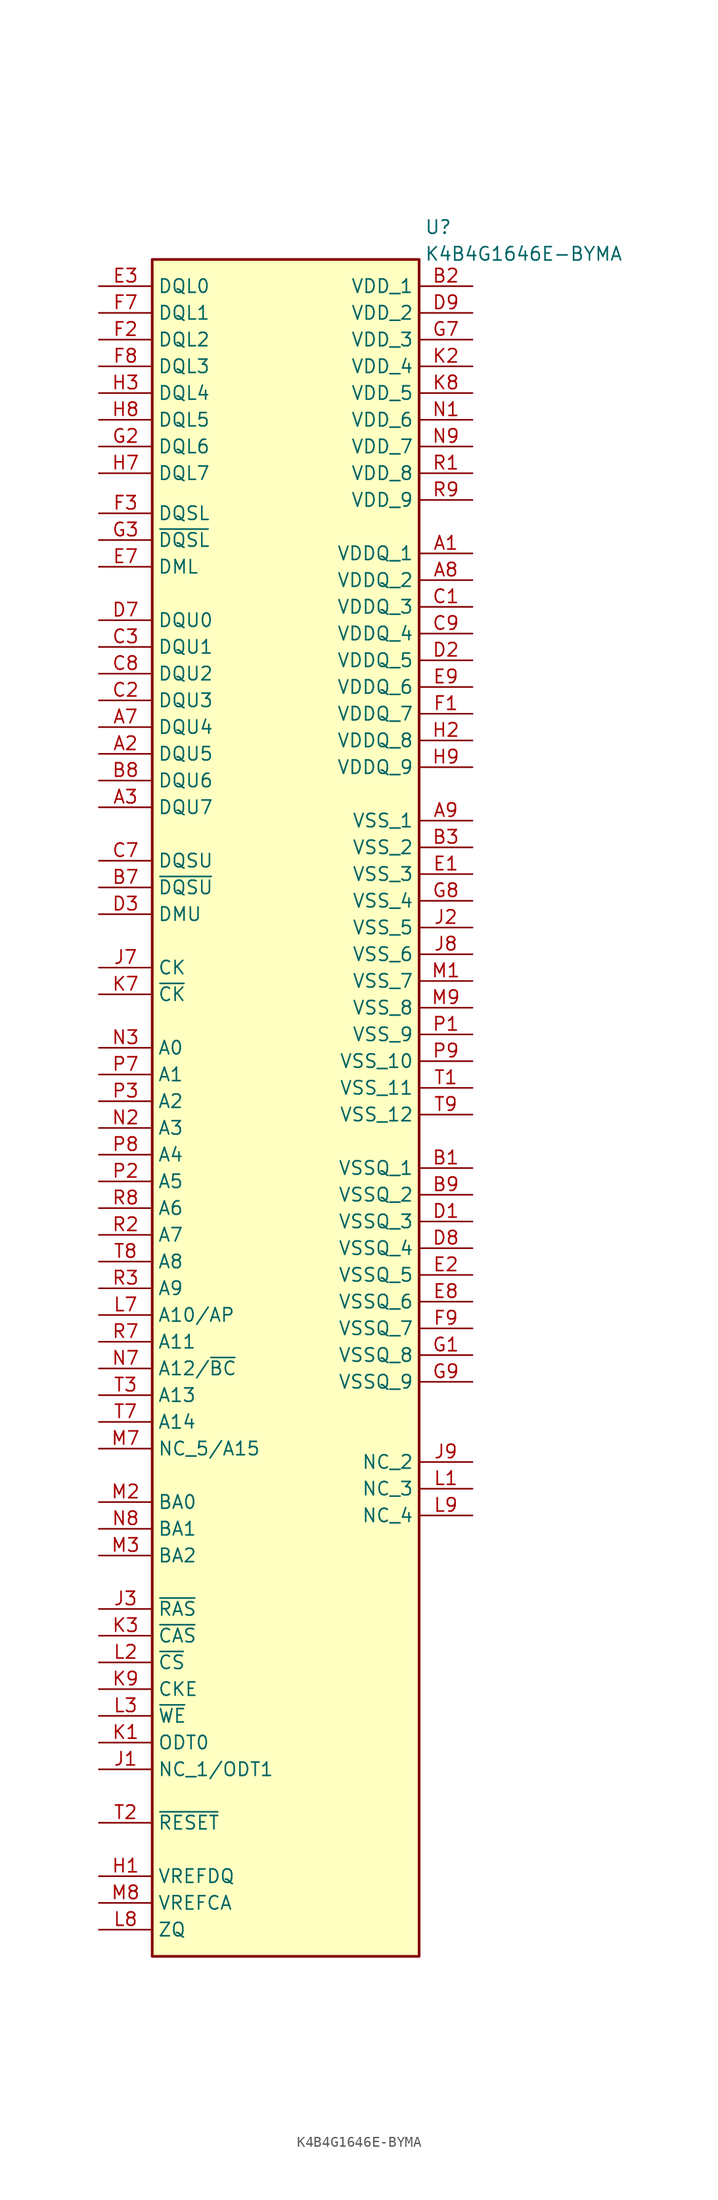
<source format=kicad_sym>
(kicad_symbol_lib
  (version 20241209)
  (generator "kicad_symbol_editor")
  (generator_version "9.0")
  (symbol "K4B4G1646E-BYMA"
    (property "Reference" "U"
      (at 13.208 160.02 0)
      (effects (font (size 1.27 1.27)) (justify left top)))
    (property "Value" "K4B4G1646E-BYMA"
      (at 13.208 157.48 0)
      (effects (font (size 1.27 1.27)) (justify left top)))
    (symbol "K4B4G1646E-BYMA_1_1"
      (rectangle (start -12.7 156.21) (end 12.7 -5.08) (stroke (width 0.254) (type default)) (fill (type background)))
      (pin passive line (at -17.78 153.67 0) (length 5.08) (name "DQL0" (effects (font (size 1.27 1.27)))) (number "E3" (effects (font (size 1.27 1.27)))))
      (pin passive line (at -17.78 151.13 0) (length 5.08) (name "DQL1" (effects (font (size 1.27 1.27)))) (number "F7" (effects (font (size 1.27 1.27)))))
      (pin passive line (at -17.78 148.59 0) (length 5.08) (name "DQL2" (effects (font (size 1.27 1.27)))) (number "F2" (effects (font (size 1.27 1.27)))))
      (pin passive line (at -17.78 146.05 0) (length 5.08) (name "DQL3" (effects (font (size 1.27 1.27)))) (number "F8" (effects (font (size 1.27 1.27)))))
      (pin passive line (at -17.78 143.51 0) (length 5.08) (name "DQL4" (effects (font (size 1.27 1.27)))) (number "H3" (effects (font (size 1.27 1.27)))))
      (pin passive line (at -17.78 140.97 0) (length 5.08) (name "DQL5" (effects (font (size 1.27 1.27)))) (number "H8" (effects (font (size 1.27 1.27)))))
      (pin passive line (at -17.78 138.43 0) (length 5.08) (name "DQL6" (effects (font (size 1.27 1.27)))) (number "G2" (effects (font (size 1.27 1.27)))))
      (pin passive line (at -17.78 135.89 0) (length 5.08) (name "DQL7" (effects (font (size 1.27 1.27)))) (number "H7" (effects (font (size 1.27 1.27)))))
      (pin passive line (at -17.78 132.08 0) (length 5.08) (name "DQSL" (effects (font (size 1.27 1.27)))) (number "F3" (effects (font (size 1.27 1.27)))))
      (pin passive line (at -17.78 129.54 0) (length 5.08) (name "~{DQSL}" (effects (font (size 1.27 1.27)))) (number "G3" (effects (font (size 1.27 1.27)))))
      (pin passive line (at -17.78 127 0) (length 5.08) (name "DML" (effects (font (size 1.27 1.27)))) (number "E7" (effects (font (size 1.27 1.27)))))
      (pin passive line (at -17.78 121.92 0) (length 5.08) (name "DQU0" (effects (font (size 1.27 1.27)))) (number "D7" (effects (font (size 1.27 1.27)))))
      (pin passive line (at -17.78 119.38 0) (length 5.08) (name "DQU1" (effects (font (size 1.27 1.27)))) (number "C3" (effects (font (size 1.27 1.27)))))
      (pin passive line (at -17.78 116.84 0) (length 5.08) (name "DQU2" (effects (font (size 1.27 1.27)))) (number "C8" (effects (font (size 1.27 1.27)))))
      (pin passive line (at -17.78 114.3 0) (length 5.08) (name "DQU3" (effects (font (size 1.27 1.27)))) (number "C2" (effects (font (size 1.27 1.27)))))
      (pin passive line (at -17.78 111.76 0) (length 5.08) (name "DQU4" (effects (font (size 1.27 1.27)))) (number "A7" (effects (font (size 1.27 1.27)))))
      (pin passive line (at -17.78 109.22 0) (length 5.08) (name "DQU5" (effects (font (size 1.27 1.27)))) (number "A2" (effects (font (size 1.27 1.27)))))
      (pin passive line (at -17.78 106.68 0) (length 5.08) (name "DQU6" (effects (font (size 1.27 1.27)))) (number "B8" (effects (font (size 1.27 1.27)))))
      (pin passive line (at -17.78 104.14 0) (length 5.08) (name "DQU7" (effects (font (size 1.27 1.27)))) (number "A3" (effects (font (size 1.27 1.27)))))
      (pin passive line (at -17.78 99.06 0) (length 5.08) (name "DQSU" (effects (font (size 1.27 1.27)))) (number "C7" (effects (font (size 1.27 1.27)))))
      (pin passive line (at -17.78 96.52 0) (length 5.08) (name "~{DQSU}" (effects (font (size 1.27 1.27)))) (number "B7" (effects (font (size 1.27 1.27)))))
      (pin passive line (at -17.78 93.98 0) (length 5.08) (name "DMU" (effects (font (size 1.27 1.27)))) (number "D3" (effects (font (size 1.27 1.27)))))
      (pin passive line (at -17.78 88.9 0) (length 5.08) (name "CK" (effects (font (size 1.27 1.27)))) (number "J7" (effects (font (size 1.27 1.27)))))
      (pin passive line (at -17.78 86.36 0) (length 5.08) (name "~{CK}" (effects (font (size 1.27 1.27)))) (number "K7" (effects (font (size 1.27 1.27)))))
      (pin passive line (at -17.78 81.28 0) (length 5.08) (name "A0" (effects (font (size 1.27 1.27)))) (number "N3" (effects (font (size 1.27 1.27)))))
      (pin passive line (at -17.78 78.74 0) (length 5.08) (name "A1" (effects (font (size 1.27 1.27)))) (number "P7" (effects (font (size 1.27 1.27)))))
      (pin passive line (at -17.78 76.2 0) (length 5.08) (name "A2" (effects (font (size 1.27 1.27)))) (number "P3" (effects (font (size 1.27 1.27)))))
      (pin passive line (at -17.78 73.66 0) (length 5.08) (name "A3" (effects (font (size 1.27 1.27)))) (number "N2" (effects (font (size 1.27 1.27)))))
      (pin passive line (at -17.78 71.12 0) (length 5.08) (name "A4" (effects (font (size 1.27 1.27)))) (number "P8" (effects (font (size 1.27 1.27)))))
      (pin passive line (at -17.78 68.58 0) (length 5.08) (name "A5" (effects (font (size 1.27 1.27)))) (number "P2" (effects (font (size 1.27 1.27)))))
      (pin passive line (at -17.78 66.04 0) (length 5.08) (name "A6" (effects (font (size 1.27 1.27)))) (number "R8" (effects (font (size 1.27 1.27)))))
      (pin passive line (at -17.78 63.5 0) (length 5.08) (name "A7" (effects (font (size 1.27 1.27)))) (number "R2" (effects (font (size 1.27 1.27)))))
      (pin passive line (at -17.78 60.96 0) (length 5.08) (name "A8" (effects (font (size 1.27 1.27)))) (number "T8" (effects (font (size 1.27 1.27)))))
      (pin passive line (at -17.78 58.42 0) (length 5.08) (name "A9" (effects (font (size 1.27 1.27)))) (number "R3" (effects (font (size 1.27 1.27)))))
      (pin passive line (at -17.78 55.88 0) (length 5.08) (name "A10/AP" (effects (font (size 1.27 1.27)))) (number "L7" (effects (font (size 1.27 1.27)))))
      (pin passive line (at -17.78 53.34 0) (length 5.08) (name "A11" (effects (font (size 1.27 1.27)))) (number "R7" (effects (font (size 1.27 1.27)))))
      (pin passive line (at -17.78 50.8 0) (length 5.08) (name "A12/~{BC}" (effects (font (size 1.27 1.27)))) (number "N7" (effects (font (size 1.27 1.27)))))
      (pin passive line (at -17.78 48.26 0) (length 5.08) (name "A13" (effects (font (size 1.27 1.27)))) (number "T3" (effects (font (size 1.27 1.27)))))
      (pin passive line (at -17.78 45.72 0) (length 5.08) (name "A14" (effects (font (size 1.27 1.27)))) (number "T7" (effects (font (size 1.27 1.27)))))
      (pin passive line (at -17.78 43.18 0) (length 5.08) (name "NC_5/A15" (effects (font (size 1.27 1.27)))) (number "M7" (effects (font (size 1.27 1.27)))))
      (pin passive line (at -17.78 38.1 0) (length 5.08) (name "BA0" (effects (font (size 1.27 1.27)))) (number "M2" (effects (font (size 1.27 1.27)))))
      (pin passive line (at -17.78 35.56 0) (length 5.08) (name "BA1" (effects (font (size 1.27 1.27)))) (number "N8" (effects (font (size 1.27 1.27)))))
      (pin passive line (at -17.78 33.02 0) (length 5.08) (name "BA2" (effects (font (size 1.27 1.27)))) (number "M3" (effects (font (size 1.27 1.27)))))
      (pin passive line (at -17.78 27.94 0) (length 5.08) (name "~{RAS}" (effects (font (size 1.27 1.27)))) (number "J3" (effects (font (size 1.27 1.27)))))
      (pin passive line (at -17.78 25.4 0) (length 5.08) (name "~{CAS}" (effects (font (size 1.27 1.27)))) (number "K3" (effects (font (size 1.27 1.27)))))
      (pin passive line (at -17.78 22.86 0) (length 5.08) (name "~{CS}" (effects (font (size 1.27 1.27)))) (number "L2" (effects (font (size 1.27 1.27)))))
      (pin passive line (at -17.78 20.32 0) (length 5.08) (name "CKE" (effects (font (size 1.27 1.27)))) (number "K9" (effects (font (size 1.27 1.27)))))
      (pin passive line (at -17.78 17.78 0) (length 5.08) (name "~{WE}" (effects (font (size 1.27 1.27)))) (number "L3" (effects (font (size 1.27 1.27)))))
      (pin passive line (at -17.78 15.24 0) (length 5.08) (name "ODT0" (effects (font (size 1.27 1.27)))) (number "K1" (effects (font (size 1.27 1.27)))))
      (pin passive line (at -17.78 12.7 0) (length 5.08) (name "NC_1/ODT1" (effects (font (size 1.27 1.27)))) (number "J1" (effects (font (size 1.27 1.27)))))
      (pin passive line (at -17.78 7.62 0) (length 5.08) (name "~{RESET}" (effects (font (size 1.27 1.27)))) (number "T2" (effects (font (size 1.27 1.27)))))
      (pin passive line (at -17.78 2.54 0) (length 5.08) (name "VREFDQ" (effects (font (size 1.27 1.27)))) (number "H1" (effects (font (size 1.27 1.27)))))
      (pin passive line (at -17.78 0 0) (length 5.08) (name "VREFCA" (effects (font (size 1.27 1.27)))) (number "M8" (effects (font (size 1.27 1.27)))))
      (pin passive line (at -17.78 -2.54 0) (length 5.08) (name "ZQ" (effects (font (size 1.27 1.27)))) (number "L8" (effects (font (size 1.27 1.27)))))
      (pin passive line (at 17.78 153.67 180) (length 5.08) (name "VDD_1" (effects (font (size 1.27 1.27)))) (number "B2" (effects (font (size 1.27 1.27)))))
      (pin passive line (at 17.78 151.13 180) (length 5.08) (name "VDD_2" (effects (font (size 1.27 1.27)))) (number "D9" (effects (font (size 1.27 1.27)))))
      (pin passive line (at 17.78 148.59 180) (length 5.08) (name "VDD_3" (effects (font (size 1.27 1.27)))) (number "G7" (effects (font (size 1.27 1.27)))))
      (pin passive line (at 17.78 146.05 180) (length 5.08) (name "VDD_4" (effects (font (size 1.27 1.27)))) (number "K2" (effects (font (size 1.27 1.27)))))
      (pin passive line (at 17.78 143.51 180) (length 5.08) (name "VDD_5" (effects (font (size 1.27 1.27)))) (number "K8" (effects (font (size 1.27 1.27)))))
      (pin passive line (at 17.78 140.97 180) (length 5.08) (name "VDD_6" (effects (font (size 1.27 1.27)))) (number "N1" (effects (font (size 1.27 1.27)))))
      (pin passive line (at 17.78 138.43 180) (length 5.08) (name "VDD_7" (effects (font (size 1.27 1.27)))) (number "N9" (effects (font (size 1.27 1.27)))))
      (pin passive line (at 17.78 135.89 180) (length 5.08) (name "VDD_8" (effects (font (size 1.27 1.27)))) (number "R1" (effects (font (size 1.27 1.27)))))
      (pin passive line (at 17.78 133.35 180) (length 5.08) (name "VDD_9" (effects (font (size 1.27 1.27)))) (number "R9" (effects (font (size 1.27 1.27)))))
      (pin passive line (at 17.78 128.27 180) (length 5.08) (name "VDDQ_1" (effects (font (size 1.27 1.27)))) (number "A1" (effects (font (size 1.27 1.27)))))
      (pin passive line (at 17.78 125.73 180) (length 5.08) (name "VDDQ_2" (effects (font (size 1.27 1.27)))) (number "A8" (effects (font (size 1.27 1.27)))))
      (pin passive line (at 17.78 123.19 180) (length 5.08) (name "VDDQ_3" (effects (font (size 1.27 1.27)))) (number "C1" (effects (font (size 1.27 1.27)))))
      (pin passive line (at 17.78 120.65 180) (length 5.08) (name "VDDQ_4" (effects (font (size 1.27 1.27)))) (number "C9" (effects (font (size 1.27 1.27)))))
      (pin passive line (at 17.78 118.11 180) (length 5.08) (name "VDDQ_5" (effects (font (size 1.27 1.27)))) (number "D2" (effects (font (size 1.27 1.27)))))
      (pin passive line (at 17.78 115.57 180) (length 5.08) (name "VDDQ_6" (effects (font (size 1.27 1.27)))) (number "E9" (effects (font (size 1.27 1.27)))))
      (pin passive line (at 17.78 113.03 180) (length 5.08) (name "VDDQ_7" (effects (font (size 1.27 1.27)))) (number "F1" (effects (font (size 1.27 1.27)))))
      (pin passive line (at 17.78 110.49 180) (length 5.08) (name "VDDQ_8" (effects (font (size 1.27 1.27)))) (number "H2" (effects (font (size 1.27 1.27)))))
      (pin passive line (at 17.78 107.95 180) (length 5.08) (name "VDDQ_9" (effects (font (size 1.27 1.27)))) (number "H9" (effects (font (size 1.27 1.27)))))
      (pin passive line (at 17.78 102.87 180) (length 5.08) (name "VSS_1" (effects (font (size 1.27 1.27)))) (number "A9" (effects (font (size 1.27 1.27)))))
      (pin passive line (at 17.78 100.33 180) (length 5.08) (name "VSS_2" (effects (font (size 1.27 1.27)))) (number "B3" (effects (font (size 1.27 1.27)))))
      (pin passive line (at 17.78 97.79 180) (length 5.08) (name "VSS_3" (effects (font (size 1.27 1.27)))) (number "E1" (effects (font (size 1.27 1.27)))))
      (pin passive line (at 17.78 95.25 180) (length 5.08) (name "VSS_4" (effects (font (size 1.27 1.27)))) (number "G8" (effects (font (size 1.27 1.27)))))
      (pin passive line (at 17.78 92.71 180) (length 5.08) (name "VSS_5" (effects (font (size 1.27 1.27)))) (number "J2" (effects (font (size 1.27 1.27)))))
      (pin passive line (at 17.78 90.17 180) (length 5.08) (name "VSS_6" (effects (font (size 1.27 1.27)))) (number "J8" (effects (font (size 1.27 1.27)))))
      (pin passive line (at 17.78 87.63 180) (length 5.08) (name "VSS_7" (effects (font (size 1.27 1.27)))) (number "M1" (effects (font (size 1.27 1.27)))))
      (pin passive line (at 17.78 85.09 180) (length 5.08) (name "VSS_8" (effects (font (size 1.27 1.27)))) (number "M9" (effects (font (size 1.27 1.27)))))
      (pin passive line (at 17.78 82.55 180) (length 5.08) (name "VSS_9" (effects (font (size 1.27 1.27)))) (number "P1" (effects (font (size 1.27 1.27)))))
      (pin passive line (at 17.78 80.01 180) (length 5.08) (name "VSS_10" (effects (font (size 1.27 1.27)))) (number "P9" (effects (font (size 1.27 1.27)))))
      (pin passive line (at 17.78 77.47 180) (length 5.08) (name "VSS_11" (effects (font (size 1.27 1.27)))) (number "T1" (effects (font (size 1.27 1.27)))))
      (pin passive line (at 17.78 74.93 180) (length 5.08) (name "VSS_12" (effects (font (size 1.27 1.27)))) (number "T9" (effects (font (size 1.27 1.27)))))
      (pin passive line (at 17.78 69.85 180) (length 5.08) (name "VSSQ_1" (effects (font (size 1.27 1.27)))) (number "B1" (effects (font (size 1.27 1.27)))))
      (pin passive line (at 17.78 67.31 180) (length 5.08) (name "VSSQ_2" (effects (font (size 1.27 1.27)))) (number "B9" (effects (font (size 1.27 1.27)))))
      (pin passive line (at 17.78 64.77 180) (length 5.08) (name "VSSQ_3" (effects (font (size 1.27 1.27)))) (number "D1" (effects (font (size 1.27 1.27)))))
      (pin passive line (at 17.78 62.23 180) (length 5.08) (name "VSSQ_4" (effects (font (size 1.27 1.27)))) (number "D8" (effects (font (size 1.27 1.27)))))
      (pin passive line (at 17.78 59.69 180) (length 5.08) (name "VSSQ_5" (effects (font (size 1.27 1.27)))) (number "E2" (effects (font (size 1.27 1.27)))))
      (pin passive line (at 17.78 57.15 180) (length 5.08) (name "VSSQ_6" (effects (font (size 1.27 1.27)))) (number "E8" (effects (font (size 1.27 1.27)))))
      (pin passive line (at 17.78 54.61 180) (length 5.08) (name "VSSQ_7" (effects (font (size 1.27 1.27)))) (number "F9" (effects (font (size 1.27 1.27)))))
      (pin passive line (at 17.78 52.07 180) (length 5.08) (name "VSSQ_8" (effects (font (size 1.27 1.27)))) (number "G1" (effects (font (size 1.27 1.27)))))
      (pin passive line (at 17.78 49.53 180) (length 5.08) (name "VSSQ_9" (effects (font (size 1.27 1.27)))) (number "G9" (effects (font (size 1.27 1.27)))))
      (pin passive line (at 17.78 41.91 180) (length 5.08) (name "NC_2" (effects (font (size 1.27 1.27)))) (number "J9" (effects (font (size 1.27 1.27)))))
      (pin passive line (at 17.78 39.37 180) (length 5.08) (name "NC_3" (effects (font (size 1.27 1.27)))) (number "L1" (effects (font (size 1.27 1.27)))))
      (pin passive line (at 17.78 36.83 180) (length 5.08) (name "NC_4" (effects (font (size 1.27 1.27)))) (number "L9" (effects (font (size 1.27 1.27))))))))
</source>
